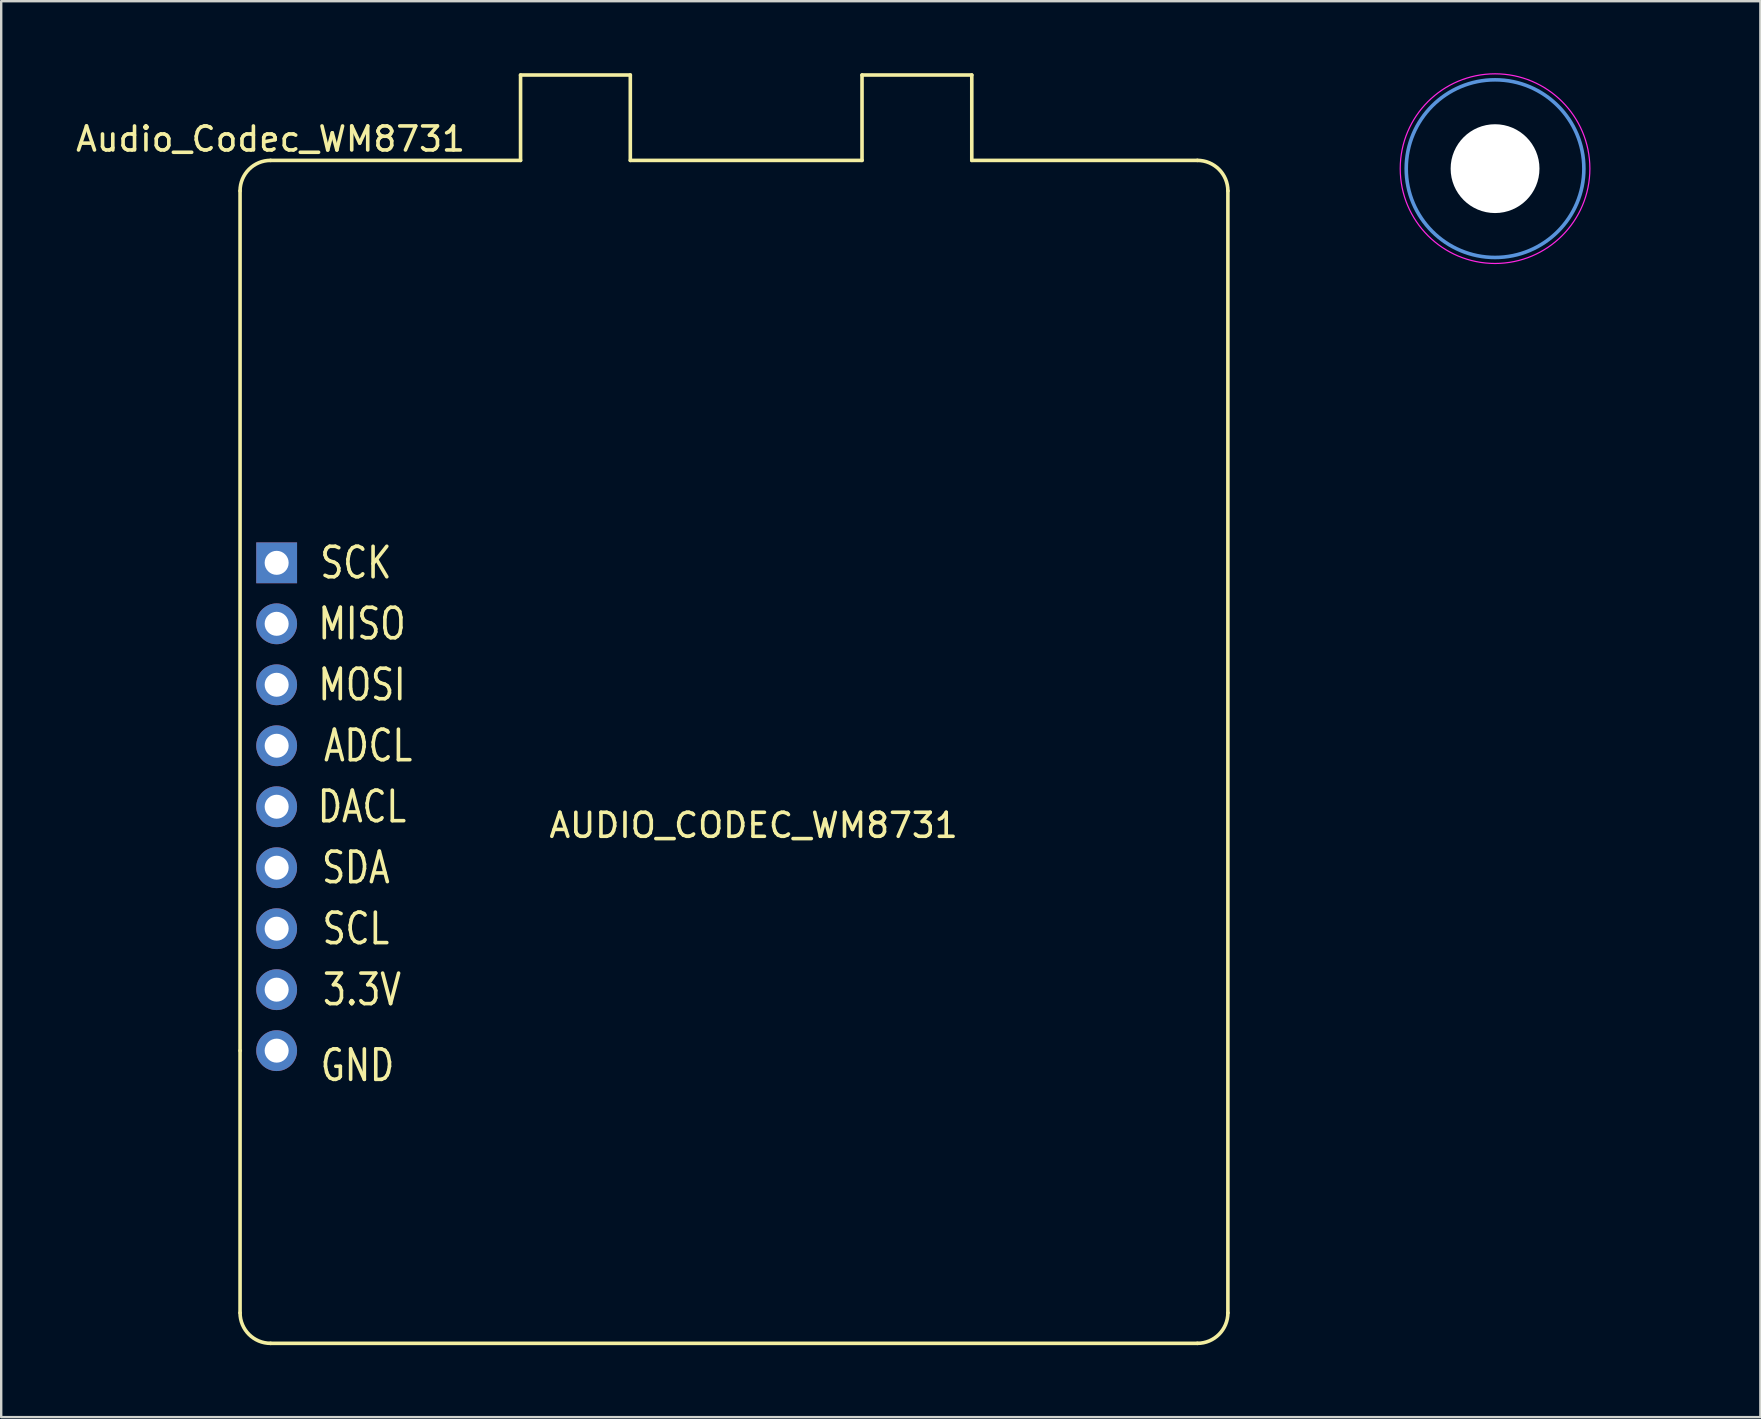
<source format=kicad_pcb>
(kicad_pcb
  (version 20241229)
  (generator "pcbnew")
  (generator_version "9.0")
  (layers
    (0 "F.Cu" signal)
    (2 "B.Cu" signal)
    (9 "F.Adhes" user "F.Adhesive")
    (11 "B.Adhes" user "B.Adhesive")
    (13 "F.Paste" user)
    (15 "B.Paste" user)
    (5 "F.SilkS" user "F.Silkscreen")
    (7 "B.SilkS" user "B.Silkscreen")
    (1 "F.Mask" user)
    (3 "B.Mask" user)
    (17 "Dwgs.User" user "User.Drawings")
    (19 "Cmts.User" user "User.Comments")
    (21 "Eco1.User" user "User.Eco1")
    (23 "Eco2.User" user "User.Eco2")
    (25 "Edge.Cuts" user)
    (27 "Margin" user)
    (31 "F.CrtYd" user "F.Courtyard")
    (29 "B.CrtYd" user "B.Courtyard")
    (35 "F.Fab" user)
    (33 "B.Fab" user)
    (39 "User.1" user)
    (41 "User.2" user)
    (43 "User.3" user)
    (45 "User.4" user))
  (footprint "MountingHole_3.7mm"
    (layer "F.Cu")
    (at 59.227 3.975)
    (property "Reference" "MountingHole_3.7mm" (at 0 5 0) (layer "Eco2.User") (effects (font (size 1 1) (thickness 0.15))))
    (attr through_hole)
    (fp_circle (center 0 0) (end 3.7 0) (stroke (width 0.15) (type solid)) (fill no) (layer "Cmts.User"))
    (fp_circle (center 0 0) (end 3.95 0) (stroke (width 0.05) (type solid)) (fill no) (layer "F.CrtYd"))
    (pad "" np_thru_hole circle (at 0 0) (size 3.7 3.7) (drill 3.7) (layers "*.Cu" "*.Mask")))
  (footprint "Audio_Codec_WM8731"
    (layer "F.Cu")
    (at 28.286 31.571)
    (property "Reference" "Audio_Codec_WM8731" (at -20.066 -28.829 0) (layer "F.SilkS") (effects (font (size 1 1) (thickness 0.15))))
    (attr through_hole)
    (fp_line (start -21.336 9.144) (end -21.336 -26.67) (stroke (width 0.15) (type solid)) (layer "F.SilkS"))
    (fp_line (start -21.336 20.066) (end -21.336 9.144) (stroke (width 0.15) (type solid)) (layer "F.SilkS"))
    (fp_line (start -20.066 21.336) (end 18.542 21.336) (stroke (width 0.15) (type solid)) (layer "F.SilkS"))
    (fp_line (start -9.652 -31.496) (end -5.08 -31.496) (stroke (width 0.15) (type solid)) (layer "F.SilkS"))
    (fp_line (start -9.652 -27.94) (end -20.066 -27.94) (stroke (width 0.15) (type solid)) (layer "F.SilkS"))
    (fp_line (start -9.652 -27.94) (end -9.652 -31.496) (stroke (width 0.15) (type solid)) (layer "F.SilkS"))
    (fp_line (start -5.08 -31.496) (end -5.08 -27.94) (stroke (width 0.15) (type solid)) (layer "F.SilkS"))
    (fp_line (start -5.08 -27.94) (end 4.572 -27.94) (stroke (width 0.15) (type solid)) (layer "F.SilkS"))
    (fp_line (start 4.572 -31.496) (end 4.572 -27.94) (stroke (width 0.15) (type solid)) (layer "F.SilkS"))
    (fp_line (start 4.572 -31.496) (end 9.144 -31.496) (stroke (width 0.15) (type solid)) (layer "F.SilkS"))
    (fp_line (start 9.144 -31.496) (end 9.144 -27.94) (stroke (width 0.15) (type solid)) (layer "F.SilkS"))
    (fp_line (start 9.144 -27.94) (end 18.542 -27.94) (stroke (width 0.15) (type solid)) (layer "F.SilkS"))
    (fp_line (start 19.812 -26.67) (end 19.812 20.066) (stroke (width 0.15) (type solid)) (layer "F.SilkS"))
    (fp_arc (start -21.336 -26.67) (mid -20.964026 -27.568026) (end -20.066 -27.94) (stroke (width 0.15) (type solid)) (layer "F.SilkS"))
    (fp_arc (start -20.066 21.336) (mid -20.964026 20.964026) (end -21.336 20.066) (stroke (width 0.15) (type solid)) (layer "F.SilkS"))
    (fp_arc (start 18.542 -27.94) (mid 19.440026 -27.568026) (end 19.812 -26.67) (stroke (width 0.15) (type solid)) (layer "F.SilkS"))
    (fp_arc (start 19.812 20.066) (mid 19.440026 20.964026) (end 18.542 21.336) (stroke (width 0.15) (type solid)) (layer "F.SilkS"))
    (fp_text user "3.3V" (at -16.256 6.604 0) (layer "F.SilkS") (effects (font (size 1.27 1) (thickness 0.15))))
    (fp_text user "GND" (at -16.445 9.76 0) (layer "F.SilkS") (effects (font (size 1.27 1) (thickness 0.15))))
    (fp_text user "ADCL" (at -16.002 -3.556 0) (layer "F.SilkS") (effects (font (size 1.27 1) (thickness 0.15))))
    (fp_text user "MISO" (at -16.256 -8.636 0) (layer "F.SilkS") (effects (font (size 1.27 1) (thickness 0.15))))
    (fp_text user "SCK" (at -16.51 -11.176 0) (layer "F.SilkS") (effects (font (size 1.27 1) (thickness 0.15))))
    (fp_text user "SDA" (at -16.51 1.524 0) (layer "F.SilkS") (effects (font (size 1.27 1) (thickness 0.15))))
    (fp_text user "MOSI" (at -16.256 -6.096 0) (layer "F.SilkS") (effects (font (size 1.27 1) (thickness 0.15))))
    (fp_text user "AUDIO_CODEC_WM8731" (at 0.055 -0.24 0) (layer "F.SilkS") (effects (font (size 1 1) (thickness 0.15))))
    (fp_text user "DACL" (at -16.256 -1.016 0) (layer "F.SilkS") (effects (font (size 1.27 1) (thickness 0.15))))
    (fp_text user "SCL" (at -16.51 4.064 0) (layer "F.SilkS") (effects (font (size 1.27 1) (thickness 0.15))))
    (pad "1" thru_hole rect (at -19.812 -11.176) (size 1.7 1.7) (drill 1) (layers "*.Cu" "*.Mask"))
    (pad "2" thru_hole oval (at -19.812 -8.636) (size 1.7 1.7) (drill 1) (layers "*.Cu" "*.Mask"))
    (pad "3" thru_hole oval (at -19.812 -6.096) (size 1.7 1.7) (drill 1) (layers "*.Cu" "*.Mask"))
    (pad "4" thru_hole oval (at -19.812 -3.556) (size 1.7 1.7) (drill 1) (layers "*.Cu" "*.Mask"))
    (pad "5" thru_hole oval (at -19.812 -1.016) (size 1.7 1.7) (drill 1) (layers "*.Cu" "*.Mask"))
    (pad "6" thru_hole oval (at -19.812 1.524) (size 1.7 1.7) (drill 1) (layers "*.Cu" "*.Mask"))
    (pad "7" thru_hole oval (at -19.812 4.064) (size 1.7 1.7) (drill 1) (layers "*.Cu" "*.Mask"))
    (pad "8" thru_hole oval (at -19.812 6.604) (size 1.7 1.7) (drill 1) (layers "*.Cu" "*.Mask"))
    (pad "9" thru_hole oval (at -19.812 9.144) (size 1.7 1.7) (drill 1) (layers "*.Cu" "*.Mask")))
  (gr_rect
    (start -3 -3)
    (end 70.28 55.982)
    (stroke (width 0.1) (type default))
    (fill no)
    (layer "Edge.Cuts")))
</source>
